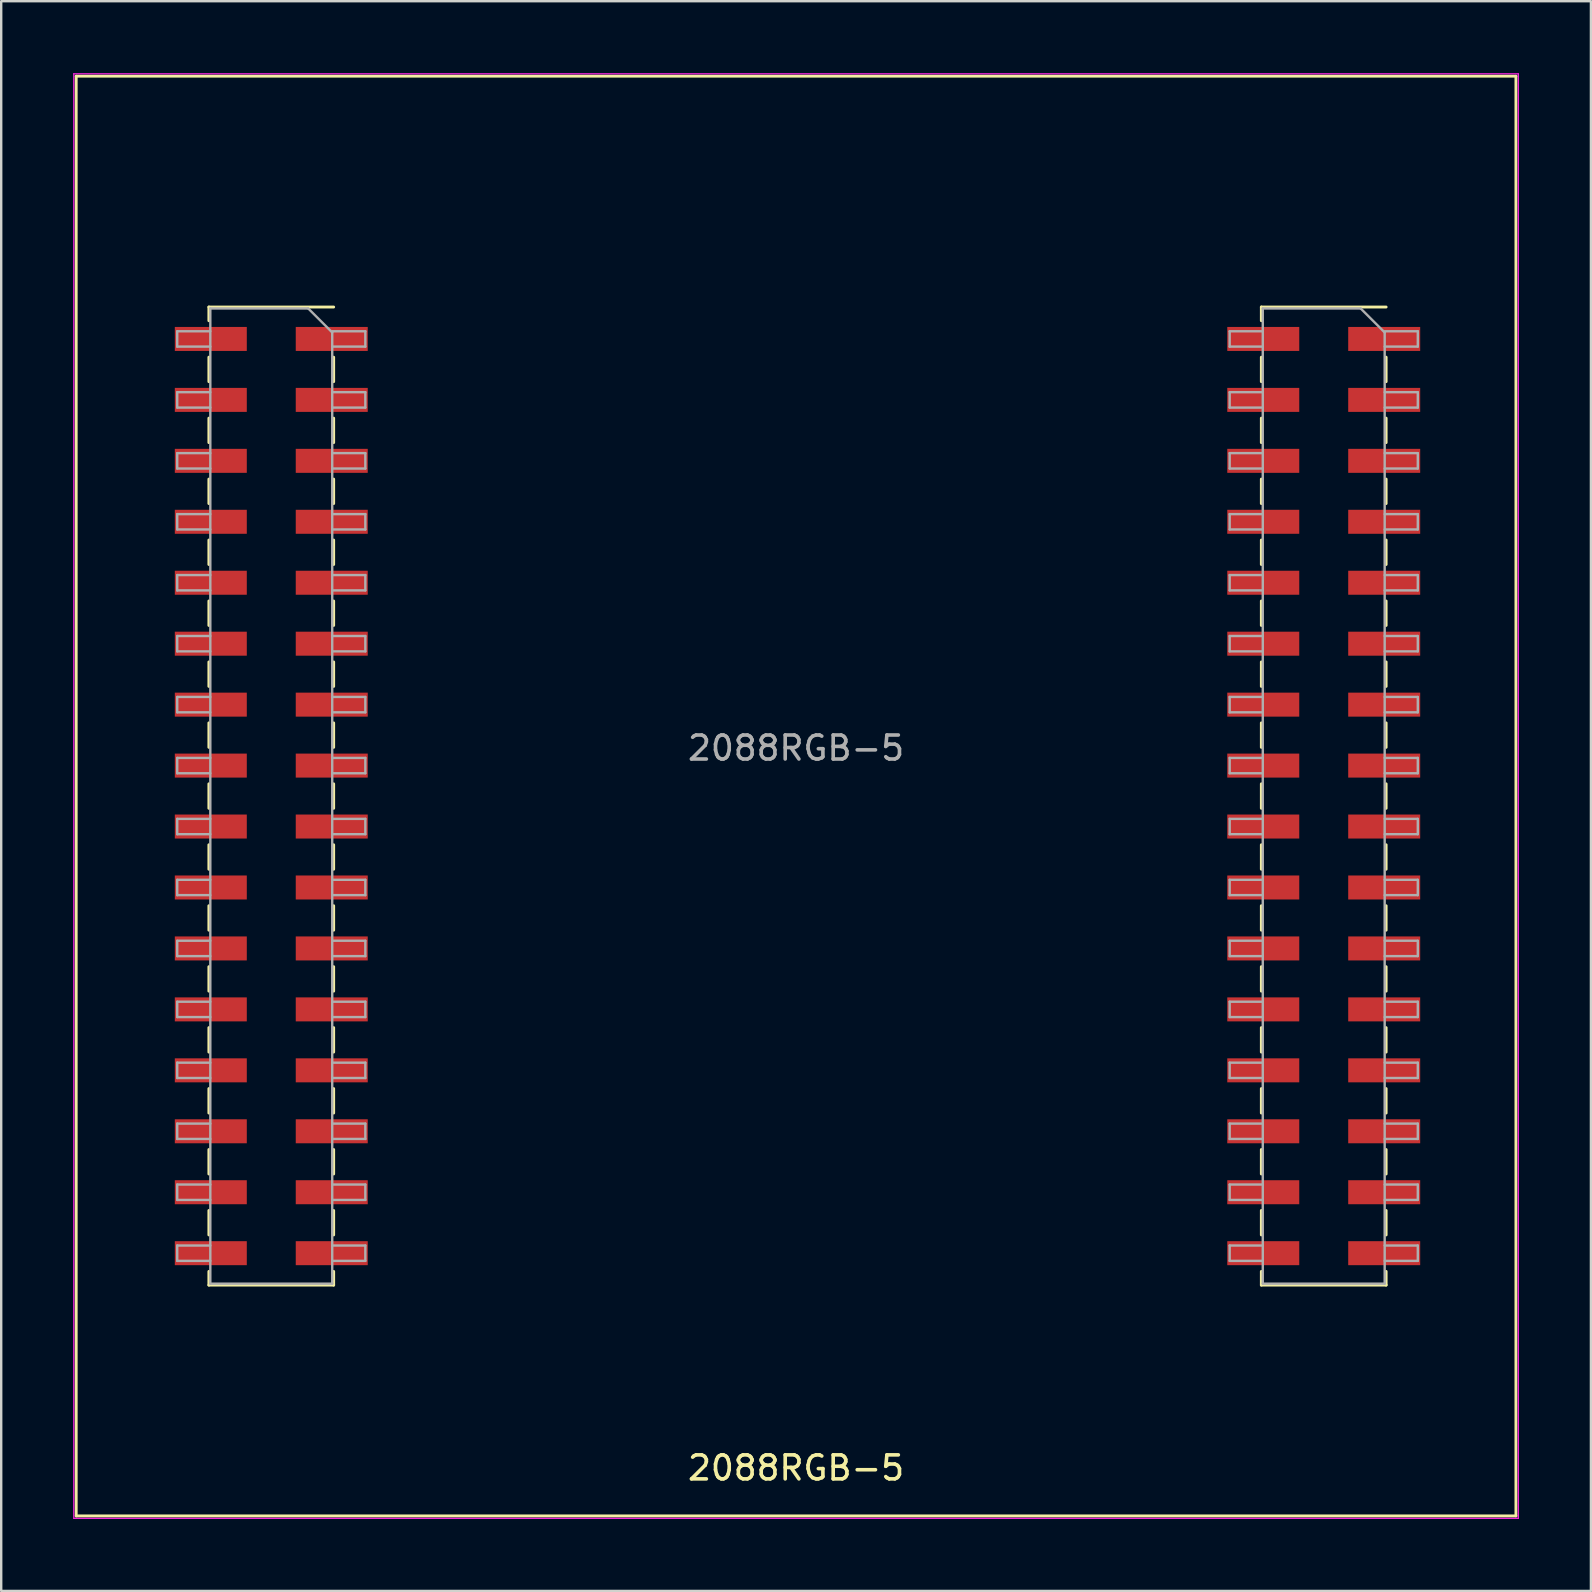
<source format=kicad_pcb>
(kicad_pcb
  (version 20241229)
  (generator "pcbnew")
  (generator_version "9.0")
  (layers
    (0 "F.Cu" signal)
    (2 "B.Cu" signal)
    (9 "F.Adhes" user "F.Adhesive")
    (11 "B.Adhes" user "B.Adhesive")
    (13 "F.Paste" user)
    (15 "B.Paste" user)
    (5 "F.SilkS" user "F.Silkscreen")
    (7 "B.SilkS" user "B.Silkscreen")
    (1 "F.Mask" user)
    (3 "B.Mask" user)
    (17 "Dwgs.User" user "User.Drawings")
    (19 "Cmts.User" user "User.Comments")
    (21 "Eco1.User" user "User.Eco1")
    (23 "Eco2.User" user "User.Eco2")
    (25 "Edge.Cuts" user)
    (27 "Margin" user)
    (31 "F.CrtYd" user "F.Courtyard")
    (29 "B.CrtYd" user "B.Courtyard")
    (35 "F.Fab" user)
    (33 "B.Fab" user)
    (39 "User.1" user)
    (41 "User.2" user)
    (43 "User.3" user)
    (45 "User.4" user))
  (footprint "2088RGB-5"
    (layer "F.Cu")
    (at 30.125 30.125)
    (property "Reference" "2088RGB-5" (at 0 28 0) (layer "F.SilkS") (effects (font (size 1 1) (thickness 0.15))))
    (attr through_hole)
    (fp_line (start -30 -30) (end -30 30) (stroke (width 0.12) (type solid)) (layer "F.SilkS"))
    (fp_line (start -30 30) (end 30 30) (stroke (width 0.12) (type solid)) (layer "F.SilkS"))
    (fp_line (start -24.47 -20.38) (end -24.47 -19.81) (stroke (width 0.12) (type solid)) (layer "F.SilkS"))
    (fp_line (start -24.47 -20.38) (end -19.27 -20.38) (stroke (width 0.12) (type solid)) (layer "F.SilkS"))
    (fp_line (start -24.47 -18.29) (end -24.47 -17.27) (stroke (width 0.12) (type solid)) (layer "F.SilkS"))
    (fp_line (start -24.47 -15.75) (end -24.47 -14.73) (stroke (width 0.12) (type solid)) (layer "F.SilkS"))
    (fp_line (start -24.47 -13.21) (end -24.47 -12.19) (stroke (width 0.12) (type solid)) (layer "F.SilkS"))
    (fp_line (start -24.47 -10.67) (end -24.47 -9.65) (stroke (width 0.12) (type solid)) (layer "F.SilkS"))
    (fp_line (start -24.47 -8.13) (end -24.47 -7.11) (stroke (width 0.12) (type solid)) (layer "F.SilkS"))
    (fp_line (start -24.47 -5.59) (end -24.47 -4.57) (stroke (width 0.12) (type solid)) (layer "F.SilkS"))
    (fp_line (start -24.47 -3.05) (end -24.47 -2.03) (stroke (width 0.12) (type solid)) (layer "F.SilkS"))
    (fp_line (start -24.47 -0.51) (end -24.47 0.51) (stroke (width 0.12) (type solid)) (layer "F.SilkS"))
    (fp_line (start -24.47 2.03) (end -24.47 3.05) (stroke (width 0.12) (type solid)) (layer "F.SilkS"))
    (fp_line (start -24.47 4.57) (end -24.47 5.59) (stroke (width 0.12) (type solid)) (layer "F.SilkS"))
    (fp_line (start -24.47 7.11) (end -24.47 8.13) (stroke (width 0.12) (type solid)) (layer "F.SilkS"))
    (fp_line (start -24.47 9.65) (end -24.47 10.67) (stroke (width 0.12) (type solid)) (layer "F.SilkS"))
    (fp_line (start -24.47 12.19) (end -24.47 13.21) (stroke (width 0.12) (type solid)) (layer "F.SilkS"))
    (fp_line (start -24.47 14.73) (end -24.47 15.75) (stroke (width 0.12) (type solid)) (layer "F.SilkS"))
    (fp_line (start -24.47 17.27) (end -24.47 18.29) (stroke (width 0.12) (type solid)) (layer "F.SilkS"))
    (fp_line (start -24.47 19.81) (end -24.47 20.38) (stroke (width 0.12) (type solid)) (layer "F.SilkS"))
    (fp_line (start -24.47 20.38) (end -19.27 20.38) (stroke (width 0.12) (type solid)) (layer "F.SilkS"))
    (fp_line (start -19.27 -18.29) (end -19.27 -17.27) (stroke (width 0.12) (type solid)) (layer "F.SilkS"))
    (fp_line (start -19.27 -15.75) (end -19.27 -14.73) (stroke (width 0.12) (type solid)) (layer "F.SilkS"))
    (fp_line (start -19.27 -13.21) (end -19.27 -12.19) (stroke (width 0.12) (type solid)) (layer "F.SilkS"))
    (fp_line (start -19.27 -10.67) (end -19.27 -9.65) (stroke (width 0.12) (type solid)) (layer "F.SilkS"))
    (fp_line (start -19.27 -8.13) (end -19.27 -7.11) (stroke (width 0.12) (type solid)) (layer "F.SilkS"))
    (fp_line (start -19.27 -5.59) (end -19.27 -4.57) (stroke (width 0.12) (type solid)) (layer "F.SilkS"))
    (fp_line (start -19.27 -3.05) (end -19.27 -2.03) (stroke (width 0.12) (type solid)) (layer "F.SilkS"))
    (fp_line (start -19.27 -0.51) (end -19.27 0.51) (stroke (width 0.12) (type solid)) (layer "F.SilkS"))
    (fp_line (start -19.27 2.03) (end -19.27 3.05) (stroke (width 0.12) (type solid)) (layer "F.SilkS"))
    (fp_line (start -19.27 4.57) (end -19.27 5.59) (stroke (width 0.12) (type solid)) (layer "F.SilkS"))
    (fp_line (start -19.27 7.11) (end -19.27 8.13) (stroke (width 0.12) (type solid)) (layer "F.SilkS"))
    (fp_line (start -19.27 9.65) (end -19.27 10.67) (stroke (width 0.12) (type solid)) (layer "F.SilkS"))
    (fp_line (start -19.27 12.19) (end -19.27 13.21) (stroke (width 0.12) (type solid)) (layer "F.SilkS"))
    (fp_line (start -19.27 14.73) (end -19.27 15.75) (stroke (width 0.12) (type solid)) (layer "F.SilkS"))
    (fp_line (start -19.27 17.27) (end -19.27 18.29) (stroke (width 0.12) (type solid)) (layer "F.SilkS"))
    (fp_line (start -19.27 19.81) (end -19.27 20.38) (stroke (width 0.12) (type solid)) (layer "F.SilkS"))
    (fp_line (start 19.39 -20.38) (end 19.39 -19.81) (stroke (width 0.12) (type solid)) (layer "F.SilkS"))
    (fp_line (start 19.39 -20.38) (end 24.59 -20.38) (stroke (width 0.12) (type solid)) (layer "F.SilkS"))
    (fp_line (start 19.39 -18.29) (end 19.39 -17.27) (stroke (width 0.12) (type solid)) (layer "F.SilkS"))
    (fp_line (start 19.39 -15.75) (end 19.39 -14.73) (stroke (width 0.12) (type solid)) (layer "F.SilkS"))
    (fp_line (start 19.39 -13.21) (end 19.39 -12.19) (stroke (width 0.12) (type solid)) (layer "F.SilkS"))
    (fp_line (start 19.39 -10.67) (end 19.39 -9.65) (stroke (width 0.12) (type solid)) (layer "F.SilkS"))
    (fp_line (start 19.39 -8.13) (end 19.39 -7.11) (stroke (width 0.12) (type solid)) (layer "F.SilkS"))
    (fp_line (start 19.39 -5.59) (end 19.39 -4.57) (stroke (width 0.12) (type solid)) (layer "F.SilkS"))
    (fp_line (start 19.39 -3.05) (end 19.39 -2.03) (stroke (width 0.12) (type solid)) (layer "F.SilkS"))
    (fp_line (start 19.39 -0.51) (end 19.39 0.51) (stroke (width 0.12) (type solid)) (layer "F.SilkS"))
    (fp_line (start 19.39 2.03) (end 19.39 3.05) (stroke (width 0.12) (type solid)) (layer "F.SilkS"))
    (fp_line (start 19.39 4.57) (end 19.39 5.59) (stroke (width 0.12) (type solid)) (layer "F.SilkS"))
    (fp_line (start 19.39 7.11) (end 19.39 8.13) (stroke (width 0.12) (type solid)) (layer "F.SilkS"))
    (fp_line (start 19.39 9.65) (end 19.39 10.67) (stroke (width 0.12) (type solid)) (layer "F.SilkS"))
    (fp_line (start 19.39 12.19) (end 19.39 13.21) (stroke (width 0.12) (type solid)) (layer "F.SilkS"))
    (fp_line (start 19.39 14.73) (end 19.39 15.75) (stroke (width 0.12) (type solid)) (layer "F.SilkS"))
    (fp_line (start 19.39 17.27) (end 19.39 18.29) (stroke (width 0.12) (type solid)) (layer "F.SilkS"))
    (fp_line (start 19.39 19.81) (end 19.39 20.38) (stroke (width 0.12) (type solid)) (layer "F.SilkS"))
    (fp_line (start 19.39 20.38) (end 24.59 20.38) (stroke (width 0.12) (type solid)) (layer "F.SilkS"))
    (fp_line (start 24.59 -18.29) (end 24.59 -17.27) (stroke (width 0.12) (type solid)) (layer "F.SilkS"))
    (fp_line (start 24.59 -15.75) (end 24.59 -14.73) (stroke (width 0.12) (type solid)) (layer "F.SilkS"))
    (fp_line (start 24.59 -13.21) (end 24.59 -12.19) (stroke (width 0.12) (type solid)) (layer "F.SilkS"))
    (fp_line (start 24.59 -10.67) (end 24.59 -9.65) (stroke (width 0.12) (type solid)) (layer "F.SilkS"))
    (fp_line (start 24.59 -8.13) (end 24.59 -7.11) (stroke (width 0.12) (type solid)) (layer "F.SilkS"))
    (fp_line (start 24.59 -5.59) (end 24.59 -4.57) (stroke (width 0.12) (type solid)) (layer "F.SilkS"))
    (fp_line (start 24.59 -3.05) (end 24.59 -2.03) (stroke (width 0.12) (type solid)) (layer "F.SilkS"))
    (fp_line (start 24.59 -0.51) (end 24.59 0.51) (stroke (width 0.12) (type solid)) (layer "F.SilkS"))
    (fp_line (start 24.59 2.03) (end 24.59 3.05) (stroke (width 0.12) (type solid)) (layer "F.SilkS"))
    (fp_line (start 24.59 4.57) (end 24.59 5.59) (stroke (width 0.12) (type solid)) (layer "F.SilkS"))
    (fp_line (start 24.59 7.11) (end 24.59 8.13) (stroke (width 0.12) (type solid)) (layer "F.SilkS"))
    (fp_line (start 24.59 9.65) (end 24.59 10.67) (stroke (width 0.12) (type solid)) (layer "F.SilkS"))
    (fp_line (start 24.59 12.19) (end 24.59 13.21) (stroke (width 0.12) (type solid)) (layer "F.SilkS"))
    (fp_line (start 24.59 14.73) (end 24.59 15.75) (stroke (width 0.12) (type solid)) (layer "F.SilkS"))
    (fp_line (start 24.59 17.27) (end 24.59 18.29) (stroke (width 0.12) (type solid)) (layer "F.SilkS"))
    (fp_line (start 24.59 19.81) (end 24.59 20.38) (stroke (width 0.12) (type solid)) (layer "F.SilkS"))
    (fp_line (start 30 -30) (end -30 -30) (stroke (width 0.12) (type solid)) (layer "F.SilkS"))
    (fp_line (start 30 30) (end 30 -30) (stroke (width 0.12) (type solid)) (layer "F.SilkS"))
    (fp_line (start -30.1 -30.1) (end -30.1 30.1) (stroke (width 0.05) (type solid)) (layer "F.CrtYd"))
    (fp_line (start -30.1 30.1) (end 30.1 30.1) (stroke (width 0.05) (type solid)) (layer "F.CrtYd"))
    (fp_line (start 30.1 -30.1) (end -30.1 -30.1) (stroke (width 0.05) (type solid)) (layer "F.CrtYd"))
    (fp_line (start 30.1 30.1) (end 30.1 -30.1) (stroke (width 0.05) (type solid)) (layer "F.CrtYd"))
    (fp_line (start -25.79 -19.37) (end -24.41 -19.37) (stroke (width 0.1) (type solid)) (layer "F.Fab"))
    (fp_line (start -25.79 -18.73) (end -25.79 -19.37) (stroke (width 0.1) (type solid)) (layer "F.Fab"))
    (fp_line (start -25.79 -16.83) (end -24.41 -16.83) (stroke (width 0.1) (type solid)) (layer "F.Fab"))
    (fp_line (start -25.79 -16.19) (end -25.79 -16.83) (stroke (width 0.1) (type solid)) (layer "F.Fab"))
    (fp_line (start -25.79 -14.29) (end -24.41 -14.29) (stroke (width 0.1) (type solid)) (layer "F.Fab"))
    (fp_line (start -25.79 -13.65) (end -25.79 -14.29) (stroke (width 0.1) (type solid)) (layer "F.Fab"))
    (fp_line (start -25.79 -11.75) (end -24.41 -11.75) (stroke (width 0.1) (type solid)) (layer "F.Fab"))
    (fp_line (start -25.79 -11.11) (end -25.79 -11.75) (stroke (width 0.1) (type solid)) (layer "F.Fab"))
    (fp_line (start -25.79 -9.21) (end -24.41 -9.21) (stroke (width 0.1) (type solid)) (layer "F.Fab"))
    (fp_line (start -25.79 -8.57) (end -25.79 -9.21) (stroke (width 0.1) (type solid)) (layer "F.Fab"))
    (fp_line (start -25.79 -6.67) (end -24.41 -6.67) (stroke (width 0.1) (type solid)) (layer "F.Fab"))
    (fp_line (start -25.79 -6.03) (end -25.79 -6.67) (stroke (width 0.1) (type solid)) (layer "F.Fab"))
    (fp_line (start -25.79 -4.13) (end -24.41 -4.13) (stroke (width 0.1) (type solid)) (layer "F.Fab"))
    (fp_line (start -25.79 -3.49) (end -25.79 -4.13) (stroke (width 0.1) (type solid)) (layer "F.Fab"))
    (fp_line (start -25.79 -1.59) (end -24.41 -1.59) (stroke (width 0.1) (type solid)) (layer "F.Fab"))
    (fp_line (start -25.79 -0.95) (end -25.79 -1.59) (stroke (width 0.1) (type solid)) (layer "F.Fab"))
    (fp_line (start -25.79 0.95) (end -24.41 0.95) (stroke (width 0.1) (type solid)) (layer "F.Fab"))
    (fp_line (start -25.79 1.59) (end -25.79 0.95) (stroke (width 0.1) (type solid)) (layer "F.Fab"))
    (fp_line (start -25.79 3.49) (end -24.41 3.49) (stroke (width 0.1) (type solid)) (layer "F.Fab"))
    (fp_line (start -25.79 4.13) (end -25.79 3.49) (stroke (width 0.1) (type solid)) (layer "F.Fab"))
    (fp_line (start -25.79 6.03) (end -24.41 6.03) (stroke (width 0.1) (type solid)) (layer "F.Fab"))
    (fp_line (start -25.79 6.67) (end -25.79 6.03) (stroke (width 0.1) (type solid)) (layer "F.Fab"))
    (fp_line (start -25.79 8.57) (end -24.41 8.57) (stroke (width 0.1) (type solid)) (layer "F.Fab"))
    (fp_line (start -25.79 9.21) (end -25.79 8.57) (stroke (width 0.1) (type solid)) (layer "F.Fab"))
    (fp_line (start -25.79 11.11) (end -24.41 11.11) (stroke (width 0.1) (type solid)) (layer "F.Fab"))
    (fp_line (start -25.79 11.75) (end -25.79 11.11) (stroke (width 0.1) (type solid)) (layer "F.Fab"))
    (fp_line (start -25.79 13.65) (end -24.41 13.65) (stroke (width 0.1) (type solid)) (layer "F.Fab"))
    (fp_line (start -25.79 14.29) (end -25.79 13.65) (stroke (width 0.1) (type solid)) (layer "F.Fab"))
    (fp_line (start -25.79 16.19) (end -24.41 16.19) (stroke (width 0.1) (type solid)) (layer "F.Fab"))
    (fp_line (start -25.79 16.83) (end -25.79 16.19) (stroke (width 0.1) (type solid)) (layer "F.Fab"))
    (fp_line (start -25.79 18.73) (end -24.41 18.73) (stroke (width 0.1) (type solid)) (layer "F.Fab"))
    (fp_line (start -25.79 19.37) (end -25.79 18.73) (stroke (width 0.1) (type solid)) (layer "F.Fab"))
    (fp_line (start -24.41 -20.32) (end -20.33 -20.32) (stroke (width 0.1) (type solid)) (layer "F.Fab"))
    (fp_line (start -24.41 -18.73) (end -25.79 -18.73) (stroke (width 0.1) (type solid)) (layer "F.Fab"))
    (fp_line (start -24.41 -16.19) (end -25.79 -16.19) (stroke (width 0.1) (type solid)) (layer "F.Fab"))
    (fp_line (start -24.41 -13.65) (end -25.79 -13.65) (stroke (width 0.1) (type solid)) (layer "F.Fab"))
    (fp_line (start -24.41 -11.11) (end -25.79 -11.11) (stroke (width 0.1) (type solid)) (layer "F.Fab"))
    (fp_line (start -24.41 -8.57) (end -25.79 -8.57) (stroke (width 0.1) (type solid)) (layer "F.Fab"))
    (fp_line (start -24.41 -6.03) (end -25.79 -6.03) (stroke (width 0.1) (type solid)) (layer "F.Fab"))
    (fp_line (start -24.41 -3.49) (end -25.79 -3.49) (stroke (width 0.1) (type solid)) (layer "F.Fab"))
    (fp_line (start -24.41 -0.95) (end -25.79 -0.95) (stroke (width 0.1) (type solid)) (layer "F.Fab"))
    (fp_line (start -24.41 1.59) (end -25.79 1.59) (stroke (width 0.1) (type solid)) (layer "F.Fab"))
    (fp_line (start -24.41 4.13) (end -25.79 4.13) (stroke (width 0.1) (type solid)) (layer "F.Fab"))
    (fp_line (start -24.41 6.67) (end -25.79 6.67) (stroke (width 0.1) (type solid)) (layer "F.Fab"))
    (fp_line (start -24.41 9.21) (end -25.79 9.21) (stroke (width 0.1) (type solid)) (layer "F.Fab"))
    (fp_line (start -24.41 11.75) (end -25.79 11.75) (stroke (width 0.1) (type solid)) (layer "F.Fab"))
    (fp_line (start -24.41 14.29) (end -25.79 14.29) (stroke (width 0.1) (type solid)) (layer "F.Fab"))
    (fp_line (start -24.41 16.83) (end -25.79 16.83) (stroke (width 0.1) (type solid)) (layer "F.Fab"))
    (fp_line (start -24.41 19.37) (end -25.79 19.37) (stroke (width 0.1) (type solid)) (layer "F.Fab"))
    (fp_line (start -24.41 20.32) (end -24.41 -20.32) (stroke (width 0.1) (type solid)) (layer "F.Fab"))
    (fp_line (start -20.33 -20.32) (end -19.33 -19.32) (stroke (width 0.1) (type solid)) (layer "F.Fab"))
    (fp_line (start -19.33 -19.37) (end -17.95 -19.37) (stroke (width 0.1) (type solid)) (layer "F.Fab"))
    (fp_line (start -19.33 -19.32) (end -19.33 20.32) (stroke (width 0.1) (type solid)) (layer "F.Fab"))
    (fp_line (start -19.33 -16.83) (end -17.95 -16.83) (stroke (width 0.1) (type solid)) (layer "F.Fab"))
    (fp_line (start -19.33 -14.29) (end -17.95 -14.29) (stroke (width 0.1) (type solid)) (layer "F.Fab"))
    (fp_line (start -19.33 -11.75) (end -17.95 -11.75) (stroke (width 0.1) (type solid)) (layer "F.Fab"))
    (fp_line (start -19.33 -9.21) (end -17.95 -9.21) (stroke (width 0.1) (type solid)) (layer "F.Fab"))
    (fp_line (start -19.33 -6.67) (end -17.95 -6.67) (stroke (width 0.1) (type solid)) (layer "F.Fab"))
    (fp_line (start -19.33 -4.13) (end -17.95 -4.13) (stroke (width 0.1) (type solid)) (layer "F.Fab"))
    (fp_line (start -19.33 -1.59) (end -17.95 -1.59) (stroke (width 0.1) (type solid)) (layer "F.Fab"))
    (fp_line (start -19.33 0.95) (end -17.95 0.95) (stroke (width 0.1) (type solid)) (layer "F.Fab"))
    (fp_line (start -19.33 3.49) (end -17.95 3.49) (stroke (width 0.1) (type solid)) (layer "F.Fab"))
    (fp_line (start -19.33 6.03) (end -17.95 6.03) (stroke (width 0.1) (type solid)) (layer "F.Fab"))
    (fp_line (start -19.33 8.57) (end -17.95 8.57) (stroke (width 0.1) (type solid)) (layer "F.Fab"))
    (fp_line (start -19.33 11.11) (end -17.95 11.11) (stroke (width 0.1) (type solid)) (layer "F.Fab"))
    (fp_line (start -19.33 13.65) (end -17.95 13.65) (stroke (width 0.1) (type solid)) (layer "F.Fab"))
    (fp_line (start -19.33 16.19) (end -17.95 16.19) (stroke (width 0.1) (type solid)) (layer "F.Fab"))
    (fp_line (start -19.33 18.73) (end -17.95 18.73) (stroke (width 0.1) (type solid)) (layer "F.Fab"))
    (fp_line (start -19.33 20.32) (end -24.41 20.32) (stroke (width 0.1) (type solid)) (layer "F.Fab"))
    (fp_line (start -17.95 -19.37) (end -17.95 -18.73) (stroke (width 0.1) (type solid)) (layer "F.Fab"))
    (fp_line (start -17.95 -18.73) (end -19.33 -18.73) (stroke (width 0.1) (type solid)) (layer "F.Fab"))
    (fp_line (start -17.95 -16.83) (end -17.95 -16.19) (stroke (width 0.1) (type solid)) (layer "F.Fab"))
    (fp_line (start -17.95 -16.19) (end -19.33 -16.19) (stroke (width 0.1) (type solid)) (layer "F.Fab"))
    (fp_line (start -17.95 -14.29) (end -17.95 -13.65) (stroke (width 0.1) (type solid)) (layer "F.Fab"))
    (fp_line (start -17.95 -13.65) (end -19.33 -13.65) (stroke (width 0.1) (type solid)) (layer "F.Fab"))
    (fp_line (start -17.95 -11.75) (end -17.95 -11.11) (stroke (width 0.1) (type solid)) (layer "F.Fab"))
    (fp_line (start -17.95 -11.11) (end -19.33 -11.11) (stroke (width 0.1) (type solid)) (layer "F.Fab"))
    (fp_line (start -17.95 -9.21) (end -17.95 -8.57) (stroke (width 0.1) (type solid)) (layer "F.Fab"))
    (fp_line (start -17.95 -8.57) (end -19.33 -8.57) (stroke (width 0.1) (type solid)) (layer "F.Fab"))
    (fp_line (start -17.95 -6.67) (end -17.95 -6.03) (stroke (width 0.1) (type solid)) (layer "F.Fab"))
    (fp_line (start -17.95 -6.03) (end -19.33 -6.03) (stroke (width 0.1) (type solid)) (layer "F.Fab"))
    (fp_line (start -17.95 -4.13) (end -17.95 -3.49) (stroke (width 0.1) (type solid)) (layer "F.Fab"))
    (fp_line (start -17.95 -3.49) (end -19.33 -3.49) (stroke (width 0.1) (type solid)) (layer "F.Fab"))
    (fp_line (start -17.95 -1.59) (end -17.95 -0.95) (stroke (width 0.1) (type solid)) (layer "F.Fab"))
    (fp_line (start -17.95 -0.95) (end -19.33 -0.95) (stroke (width 0.1) (type solid)) (layer "F.Fab"))
    (fp_line (start -17.95 0.95) (end -17.95 1.59) (stroke (width 0.1) (type solid)) (layer "F.Fab"))
    (fp_line (start -17.95 1.59) (end -19.33 1.59) (stroke (width 0.1) (type solid)) (layer "F.Fab"))
    (fp_line (start -17.95 3.49) (end -17.95 4.13) (stroke (width 0.1) (type solid)) (layer "F.Fab"))
    (fp_line (start -17.95 4.13) (end -19.33 4.13) (stroke (width 0.1) (type solid)) (layer "F.Fab"))
    (fp_line (start -17.95 6.03) (end -17.95 6.67) (stroke (width 0.1) (type solid)) (layer "F.Fab"))
    (fp_line (start -17.95 6.67) (end -19.33 6.67) (stroke (width 0.1) (type solid)) (layer "F.Fab"))
    (fp_line (start -17.95 8.57) (end -17.95 9.21) (stroke (width 0.1) (type solid)) (layer "F.Fab"))
    (fp_line (start -17.95 9.21) (end -19.33 9.21) (stroke (width 0.1) (type solid)) (layer "F.Fab"))
    (fp_line (start -17.95 11.11) (end -17.95 11.75) (stroke (width 0.1) (type solid)) (layer "F.Fab"))
    (fp_line (start -17.95 11.75) (end -19.33 11.75) (stroke (width 0.1) (type solid)) (layer "F.Fab"))
    (fp_line (start -17.95 13.65) (end -17.95 14.29) (stroke (width 0.1) (type solid)) (layer "F.Fab"))
    (fp_line (start -17.95 14.29) (end -19.33 14.29) (stroke (width 0.1) (type solid)) (layer "F.Fab"))
    (fp_line (start -17.95 16.19) (end -17.95 16.83) (stroke (width 0.1) (type solid)) (layer "F.Fab"))
    (fp_line (start -17.95 16.83) (end -19.33 16.83) (stroke (width 0.1) (type solid)) (layer "F.Fab"))
    (fp_line (start -17.95 18.73) (end -17.95 19.37) (stroke (width 0.1) (type solid)) (layer "F.Fab"))
    (fp_line (start -17.95 19.37) (end -19.33 19.37) (stroke (width 0.1) (type solid)) (layer "F.Fab"))
    (fp_line (start 18.07 -19.37) (end 19.45 -19.37) (stroke (width 0.1) (type solid)) (layer "F.Fab"))
    (fp_line (start 18.07 -18.73) (end 18.07 -19.37) (stroke (width 0.1) (type solid)) (layer "F.Fab"))
    (fp_line (start 18.07 -16.83) (end 19.45 -16.83) (stroke (width 0.1) (type solid)) (layer "F.Fab"))
    (fp_line (start 18.07 -16.19) (end 18.07 -16.83) (stroke (width 0.1) (type solid)) (layer "F.Fab"))
    (fp_line (start 18.07 -14.29) (end 19.45 -14.29) (stroke (width 0.1) (type solid)) (layer "F.Fab"))
    (fp_line (start 18.07 -13.65) (end 18.07 -14.29) (stroke (width 0.1) (type solid)) (layer "F.Fab"))
    (fp_line (start 18.07 -11.75) (end 19.45 -11.75) (stroke (width 0.1) (type solid)) (layer "F.Fab"))
    (fp_line (start 18.07 -11.11) (end 18.07 -11.75) (stroke (width 0.1) (type solid)) (layer "F.Fab"))
    (fp_line (start 18.07 -9.21) (end 19.45 -9.21) (stroke (width 0.1) (type solid)) (layer "F.Fab"))
    (fp_line (start 18.07 -8.57) (end 18.07 -9.21) (stroke (width 0.1) (type solid)) (layer "F.Fab"))
    (fp_line (start 18.07 -6.67) (end 19.45 -6.67) (stroke (width 0.1) (type solid)) (layer "F.Fab"))
    (fp_line (start 18.07 -6.03) (end 18.07 -6.67) (stroke (width 0.1) (type solid)) (layer "F.Fab"))
    (fp_line (start 18.07 -4.13) (end 19.45 -4.13) (stroke (width 0.1) (type solid)) (layer "F.Fab"))
    (fp_line (start 18.07 -3.49) (end 18.07 -4.13) (stroke (width 0.1) (type solid)) (layer "F.Fab"))
    (fp_line (start 18.07 -1.59) (end 19.45 -1.59) (stroke (width 0.1) (type solid)) (layer "F.Fab"))
    (fp_line (start 18.07 -0.95) (end 18.07 -1.59) (stroke (width 0.1) (type solid)) (layer "F.Fab"))
    (fp_line (start 18.07 0.95) (end 19.45 0.95) (stroke (width 0.1) (type solid)) (layer "F.Fab"))
    (fp_line (start 18.07 1.59) (end 18.07 0.95) (stroke (width 0.1) (type solid)) (layer "F.Fab"))
    (fp_line (start 18.07 3.49) (end 19.45 3.49) (stroke (width 0.1) (type solid)) (layer "F.Fab"))
    (fp_line (start 18.07 4.13) (end 18.07 3.49) (stroke (width 0.1) (type solid)) (layer "F.Fab"))
    (fp_line (start 18.07 6.03) (end 19.45 6.03) (stroke (width 0.1) (type solid)) (layer "F.Fab"))
    (fp_line (start 18.07 6.67) (end 18.07 6.03) (stroke (width 0.1) (type solid)) (layer "F.Fab"))
    (fp_line (start 18.07 8.57) (end 19.45 8.57) (stroke (width 0.1) (type solid)) (layer "F.Fab"))
    (fp_line (start 18.07 9.21) (end 18.07 8.57) (stroke (width 0.1) (type solid)) (layer "F.Fab"))
    (fp_line (start 18.07 11.11) (end 19.45 11.11) (stroke (width 0.1) (type solid)) (layer "F.Fab"))
    (fp_line (start 18.07 11.75) (end 18.07 11.11) (stroke (width 0.1) (type solid)) (layer "F.Fab"))
    (fp_line (start 18.07 13.65) (end 19.45 13.65) (stroke (width 0.1) (type solid)) (layer "F.Fab"))
    (fp_line (start 18.07 14.29) (end 18.07 13.65) (stroke (width 0.1) (type solid)) (layer "F.Fab"))
    (fp_line (start 18.07 16.19) (end 19.45 16.19) (stroke (width 0.1) (type solid)) (layer "F.Fab"))
    (fp_line (start 18.07 16.83) (end 18.07 16.19) (stroke (width 0.1) (type solid)) (layer "F.Fab"))
    (fp_line (start 18.07 18.73) (end 19.45 18.73) (stroke (width 0.1) (type solid)) (layer "F.Fab"))
    (fp_line (start 18.07 19.37) (end 18.07 18.73) (stroke (width 0.1) (type solid)) (layer "F.Fab"))
    (fp_line (start 19.45 -20.32) (end 23.53 -20.32) (stroke (width 0.1) (type solid)) (layer "F.Fab"))
    (fp_line (start 19.45 -18.73) (end 18.07 -18.73) (stroke (width 0.1) (type solid)) (layer "F.Fab"))
    (fp_line (start 19.45 -16.19) (end 18.07 -16.19) (stroke (width 0.1) (type solid)) (layer "F.Fab"))
    (fp_line (start 19.45 -13.65) (end 18.07 -13.65) (stroke (width 0.1) (type solid)) (layer "F.Fab"))
    (fp_line (start 19.45 -11.11) (end 18.07 -11.11) (stroke (width 0.1) (type solid)) (layer "F.Fab"))
    (fp_line (start 19.45 -8.57) (end 18.07 -8.57) (stroke (width 0.1) (type solid)) (layer "F.Fab"))
    (fp_line (start 19.45 -6.03) (end 18.07 -6.03) (stroke (width 0.1) (type solid)) (layer "F.Fab"))
    (fp_line (start 19.45 -3.49) (end 18.07 -3.49) (stroke (width 0.1) (type solid)) (layer "F.Fab"))
    (fp_line (start 19.45 -0.95) (end 18.07 -0.95) (stroke (width 0.1) (type solid)) (layer "F.Fab"))
    (fp_line (start 19.45 1.59) (end 18.07 1.59) (stroke (width 0.1) (type solid)) (layer "F.Fab"))
    (fp_line (start 19.45 4.13) (end 18.07 4.13) (stroke (width 0.1) (type solid)) (layer "F.Fab"))
    (fp_line (start 19.45 6.67) (end 18.07 6.67) (stroke (width 0.1) (type solid)) (layer "F.Fab"))
    (fp_line (start 19.45 9.21) (end 18.07 9.21) (stroke (width 0.1) (type solid)) (layer "F.Fab"))
    (fp_line (start 19.45 11.75) (end 18.07 11.75) (stroke (width 0.1) (type solid)) (layer "F.Fab"))
    (fp_line (start 19.45 14.29) (end 18.07 14.29) (stroke (width 0.1) (type solid)) (layer "F.Fab"))
    (fp_line (start 19.45 16.83) (end 18.07 16.83) (stroke (width 0.1) (type solid)) (layer "F.Fab"))
    (fp_line (start 19.45 19.37) (end 18.07 19.37) (stroke (width 0.1) (type solid)) (layer "F.Fab"))
    (fp_line (start 19.45 20.32) (end 19.45 -20.32) (stroke (width 0.1) (type solid)) (layer "F.Fab"))
    (fp_line (start 23.53 -20.32) (end 24.53 -19.32) (stroke (width 0.1) (type solid)) (layer "F.Fab"))
    (fp_line (start 24.53 -19.37) (end 25.91 -19.37) (stroke (width 0.1) (type solid)) (layer "F.Fab"))
    (fp_line (start 24.53 -19.32) (end 24.53 20.32) (stroke (width 0.1) (type solid)) (layer "F.Fab"))
    (fp_line (start 24.53 -16.83) (end 25.91 -16.83) (stroke (width 0.1) (type solid)) (layer "F.Fab"))
    (fp_line (start 24.53 -14.29) (end 25.91 -14.29) (stroke (width 0.1) (type solid)) (layer "F.Fab"))
    (fp_line (start 24.53 -11.75) (end 25.91 -11.75) (stroke (width 0.1) (type solid)) (layer "F.Fab"))
    (fp_line (start 24.53 -9.21) (end 25.91 -9.21) (stroke (width 0.1) (type solid)) (layer "F.Fab"))
    (fp_line (start 24.53 -6.67) (end 25.91 -6.67) (stroke (width 0.1) (type solid)) (layer "F.Fab"))
    (fp_line (start 24.53 -4.13) (end 25.91 -4.13) (stroke (width 0.1) (type solid)) (layer "F.Fab"))
    (fp_line (start 24.53 -1.59) (end 25.91 -1.59) (stroke (width 0.1) (type solid)) (layer "F.Fab"))
    (fp_line (start 24.53 0.95) (end 25.91 0.95) (stroke (width 0.1) (type solid)) (layer "F.Fab"))
    (fp_line (start 24.53 3.49) (end 25.91 3.49) (stroke (width 0.1) (type solid)) (layer "F.Fab"))
    (fp_line (start 24.53 6.03) (end 25.91 6.03) (stroke (width 0.1) (type solid)) (layer "F.Fab"))
    (fp_line (start 24.53 8.57) (end 25.91 8.57) (stroke (width 0.1) (type solid)) (layer "F.Fab"))
    (fp_line (start 24.53 11.11) (end 25.91 11.11) (stroke (width 0.1) (type solid)) (layer "F.Fab"))
    (fp_line (start 24.53 13.65) (end 25.91 13.65) (stroke (width 0.1) (type solid)) (layer "F.Fab"))
    (fp_line (start 24.53 16.19) (end 25.91 16.19) (stroke (width 0.1) (type solid)) (layer "F.Fab"))
    (fp_line (start 24.53 18.73) (end 25.91 18.73) (stroke (width 0.1) (type solid)) (layer "F.Fab"))
    (fp_line (start 24.53 20.32) (end 19.45 20.32) (stroke (width 0.1) (type solid)) (layer "F.Fab"))
    (fp_line (start 25.91 -19.37) (end 25.91 -18.73) (stroke (width 0.1) (type solid)) (layer "F.Fab"))
    (fp_line (start 25.91 -18.73) (end 24.53 -18.73) (stroke (width 0.1) (type solid)) (layer "F.Fab"))
    (fp_line (start 25.91 -16.83) (end 25.91 -16.19) (stroke (width 0.1) (type solid)) (layer "F.Fab"))
    (fp_line (start 25.91 -16.19) (end 24.53 -16.19) (stroke (width 0.1) (type solid)) (layer "F.Fab"))
    (fp_line (start 25.91 -14.29) (end 25.91 -13.65) (stroke (width 0.1) (type solid)) (layer "F.Fab"))
    (fp_line (start 25.91 -13.65) (end 24.53 -13.65) (stroke (width 0.1) (type solid)) (layer "F.Fab"))
    (fp_line (start 25.91 -11.75) (end 25.91 -11.11) (stroke (width 0.1) (type solid)) (layer "F.Fab"))
    (fp_line (start 25.91 -11.11) (end 24.53 -11.11) (stroke (width 0.1) (type solid)) (layer "F.Fab"))
    (fp_line (start 25.91 -9.21) (end 25.91 -8.57) (stroke (width 0.1) (type solid)) (layer "F.Fab"))
    (fp_line (start 25.91 -8.57) (end 24.53 -8.57) (stroke (width 0.1) (type solid)) (layer "F.Fab"))
    (fp_line (start 25.91 -6.67) (end 25.91 -6.03) (stroke (width 0.1) (type solid)) (layer "F.Fab"))
    (fp_line (start 25.91 -6.03) (end 24.53 -6.03) (stroke (width 0.1) (type solid)) (layer "F.Fab"))
    (fp_line (start 25.91 -4.13) (end 25.91 -3.49) (stroke (width 0.1) (type solid)) (layer "F.Fab"))
    (fp_line (start 25.91 -3.49) (end 24.53 -3.49) (stroke (width 0.1) (type solid)) (layer "F.Fab"))
    (fp_line (start 25.91 -1.59) (end 25.91 -0.95) (stroke (width 0.1) (type solid)) (layer "F.Fab"))
    (fp_line (start 25.91 -0.95) (end 24.53 -0.95) (stroke (width 0.1) (type solid)) (layer "F.Fab"))
    (fp_line (start 25.91 0.95) (end 25.91 1.59) (stroke (width 0.1) (type solid)) (layer "F.Fab"))
    (fp_line (start 25.91 1.59) (end 24.53 1.59) (stroke (width 0.1) (type solid)) (layer "F.Fab"))
    (fp_line (start 25.91 3.49) (end 25.91 4.13) (stroke (width 0.1) (type solid)) (layer "F.Fab"))
    (fp_line (start 25.91 4.13) (end 24.53 4.13) (stroke (width 0.1) (type solid)) (layer "F.Fab"))
    (fp_line (start 25.91 6.03) (end 25.91 6.67) (stroke (width 0.1) (type solid)) (layer "F.Fab"))
    (fp_line (start 25.91 6.67) (end 24.53 6.67) (stroke (width 0.1) (type solid)) (layer "F.Fab"))
    (fp_line (start 25.91 8.57) (end 25.91 9.21) (stroke (width 0.1) (type solid)) (layer "F.Fab"))
    (fp_line (start 25.91 9.21) (end 24.53 9.21) (stroke (width 0.1) (type solid)) (layer "F.Fab"))
    (fp_line (start 25.91 11.11) (end 25.91 11.75) (stroke (width 0.1) (type solid)) (layer "F.Fab"))
    (fp_line (start 25.91 11.75) (end 24.53 11.75) (stroke (width 0.1) (type solid)) (layer "F.Fab"))
    (fp_line (start 25.91 13.65) (end 25.91 14.29) (stroke (width 0.1) (type solid)) (layer "F.Fab"))
    (fp_line (start 25.91 14.29) (end 24.53 14.29) (stroke (width 0.1) (type solid)) (layer "F.Fab"))
    (fp_line (start 25.91 16.19) (end 25.91 16.83) (stroke (width 0.1) (type solid)) (layer "F.Fab"))
    (fp_line (start 25.91 16.83) (end 24.53 16.83) (stroke (width 0.1) (type solid)) (layer "F.Fab"))
    (fp_line (start 25.91 18.73) (end 25.91 19.37) (stroke (width 0.1) (type solid)) (layer "F.Fab"))
    (fp_line (start 25.91 19.37) (end 24.53 19.37) (stroke (width 0.1) (type solid)) (layer "F.Fab"))
    (fp_text user "${REFERENCE}" (at 0 -2 0) (layer "F.Fab") (effects (font (size 1 1) (thickness 0.15))))
    (pad "1" smd rect (at -24.39 -19.05) (size 3 1) (layers "F.Cu" "F.Mask" "F.Paste"))
    (pad "1" smd rect (at -19.35 -19.05) (size 3 1) (layers "F.Cu" "F.Mask" "F.Paste"))
    (pad "2" smd rect (at -24.39 -16.51) (size 3 1) (layers "F.Cu" "F.Mask" "F.Paste"))
    (pad "2" smd rect (at -19.35 -16.51) (size 3 1) (layers "F.Cu" "F.Mask" "F.Paste"))
    (pad "3" smd rect (at -24.39 -13.97) (size 3 1) (layers "F.Cu" "F.Mask" "F.Paste"))
    (pad "3" smd rect (at -19.35 -13.97) (size 3 1) (layers "F.Cu" "F.Mask" "F.Paste"))
    (pad "4" smd rect (at -24.39 -11.43) (size 3 1) (layers "F.Cu" "F.Mask" "F.Paste"))
    (pad "4" smd rect (at -19.35 -11.43) (size 3 1) (layers "F.Cu" "F.Mask" "F.Paste"))
    (pad "5" smd rect (at -24.39 -8.89) (size 3 1) (layers "F.Cu" "F.Mask" "F.Paste"))
    (pad "5" smd rect (at -19.35 -8.89) (size 3 1) (layers "F.Cu" "F.Mask" "F.Paste"))
    (pad "6" smd rect (at -24.39 -6.35) (size 3 1) (layers "F.Cu" "F.Mask" "F.Paste"))
    (pad "6" smd rect (at -19.35 -6.35) (size 3 1) (layers "F.Cu" "F.Mask" "F.Paste"))
    (pad "7" smd rect (at -24.39 -3.81) (size 3 1) (layers "F.Cu" "F.Mask" "F.Paste"))
    (pad "7" smd rect (at -19.35 -3.81) (size 3 1) (layers "F.Cu" "F.Mask" "F.Paste"))
    (pad "8" smd rect (at -24.39 -1.27) (size 3 1) (layers "F.Cu" "F.Mask" "F.Paste"))
    (pad "8" smd rect (at -19.35 -1.27) (size 3 1) (layers "F.Cu" "F.Mask" "F.Paste"))
    (pad "9" smd rect (at -24.39 1.27) (size 3 1) (layers "F.Cu" "F.Mask" "F.Paste"))
    (pad "9" smd rect (at -19.35 1.27) (size 3 1) (layers "F.Cu" "F.Mask" "F.Paste"))
    (pad "10" smd rect (at -24.39 3.81) (size 3 1) (layers "F.Cu" "F.Mask" "F.Paste"))
    (pad "10" smd rect (at -19.35 3.81) (size 3 1) (layers "F.Cu" "F.Mask" "F.Paste"))
    (pad "11" smd rect (at -24.39 6.35) (size 3 1) (layers "F.Cu" "F.Mask" "F.Paste"))
    (pad "11" smd rect (at -19.35 6.35) (size 3 1) (layers "F.Cu" "F.Mask" "F.Paste"))
    (pad "12" smd rect (at -24.39 8.89) (size 3 1) (layers "F.Cu" "F.Mask" "F.Paste"))
    (pad "12" smd rect (at -19.35 8.89) (size 3 1) (layers "F.Cu" "F.Mask" "F.Paste"))
    (pad "13" smd rect (at -24.39 11.43) (size 3 1) (layers "F.Cu" "F.Mask" "F.Paste"))
    (pad "13" smd rect (at -19.35 11.43) (size 3 1) (layers "F.Cu" "F.Mask" "F.Paste"))
    (pad "14" smd rect (at -24.39 13.97) (size 3 1) (layers "F.Cu" "F.Mask" "F.Paste"))
    (pad "14" smd rect (at -19.35 13.97) (size 3 1) (layers "F.Cu" "F.Mask" "F.Paste"))
    (pad "15" smd rect (at -24.39 16.51) (size 3 1) (layers "F.Cu" "F.Mask" "F.Paste"))
    (pad "15" smd rect (at -19.35 16.51) (size 3 1) (layers "F.Cu" "F.Mask" "F.Paste"))
    (pad "16" smd rect (at -24.39 19.05) (size 3 1) (layers "F.Cu" "F.Mask" "F.Paste"))
    (pad "16" smd rect (at -19.35 19.05) (size 3 1) (layers "F.Cu" "F.Mask" "F.Paste"))
    (pad "17" smd rect (at 19.47 19.05) (size 3 1) (layers "F.Cu" "F.Mask" "F.Paste"))
    (pad "17" smd rect (at 24.51 19.05) (size 3 1) (layers "F.Cu" "F.Mask" "F.Paste"))
    (pad "18" smd rect (at 19.47 16.51) (size 3 1) (layers "F.Cu" "F.Mask" "F.Paste"))
    (pad "18" smd rect (at 24.51 16.51) (size 3 1) (layers "F.Cu" "F.Mask" "F.Paste"))
    (pad "19" smd rect (at 19.47 13.97) (size 3 1) (layers "F.Cu" "F.Mask" "F.Paste"))
    (pad "19" smd rect (at 24.51 13.97) (size 3 1) (layers "F.Cu" "F.Mask" "F.Paste"))
    (pad "20" smd rect (at 19.47 11.43) (size 3 1) (layers "F.Cu" "F.Mask" "F.Paste"))
    (pad "20" smd rect (at 24.51 11.43) (size 3 1) (layers "F.Cu" "F.Mask" "F.Paste"))
    (pad "21" smd rect (at 19.47 8.89) (size 3 1) (layers "F.Cu" "F.Mask" "F.Paste"))
    (pad "21" smd rect (at 24.51 8.89) (size 3 1) (layers "F.Cu" "F.Mask" "F.Paste"))
    (pad "22" smd rect (at 19.47 6.35) (size 3 1) (layers "F.Cu" "F.Mask" "F.Paste"))
    (pad "22" smd rect (at 24.51 6.35) (size 3 1) (layers "F.Cu" "F.Mask" "F.Paste"))
    (pad "23" smd rect (at 19.47 3.81) (size 3 1) (layers "F.Cu" "F.Mask" "F.Paste"))
    (pad "23" smd rect (at 24.51 3.81) (size 3 1) (layers "F.Cu" "F.Mask" "F.Paste"))
    (pad "24" smd rect (at 19.47 1.27) (size 3 1) (layers "F.Cu" "F.Mask" "F.Paste"))
    (pad "24" smd rect (at 24.51 1.27) (size 3 1) (layers "F.Cu" "F.Mask" "F.Paste"))
    (pad "25" smd rect (at 19.47 -1.27) (size 3 1) (layers "F.Cu" "F.Mask" "F.Paste"))
    (pad "25" smd rect (at 24.51 -1.27) (size 3 1) (layers "F.Cu" "F.Mask" "F.Paste"))
    (pad "26" smd rect (at 19.47 -3.81) (size 3 1) (layers "F.Cu" "F.Mask" "F.Paste"))
    (pad "26" smd rect (at 24.51 -3.81) (size 3 1) (layers "F.Cu" "F.Mask" "F.Paste"))
    (pad "27" smd rect (at 19.47 -6.35) (size 3 1) (layers "F.Cu" "F.Mask" "F.Paste"))
    (pad "27" smd rect (at 24.51 -6.35) (size 3 1) (layers "F.Cu" "F.Mask" "F.Paste"))
    (pad "28" smd rect (at 19.47 -8.89) (size 3 1) (layers "F.Cu" "F.Mask" "F.Paste"))
    (pad "28" smd rect (at 24.51 -8.89) (size 3 1) (layers "F.Cu" "F.Mask" "F.Paste"))
    (pad "29" smd rect (at 19.47 -11.43) (size 3 1) (layers "F.Cu" "F.Mask" "F.Paste"))
    (pad "29" smd rect (at 24.51 -11.43) (size 3 1) (layers "F.Cu" "F.Mask" "F.Paste"))
    (pad "30" smd rect (at 19.47 -13.97) (size 3 1) (layers "F.Cu" "F.Mask" "F.Paste"))
    (pad "30" smd rect (at 24.51 -13.97) (size 3 1) (layers "F.Cu" "F.Mask" "F.Paste"))
    (pad "31" smd rect (at 19.47 -16.51) (size 3 1) (layers "F.Cu" "F.Mask" "F.Paste"))
    (pad "31" smd rect (at 24.51 -16.51) (size 3 1) (layers "F.Cu" "F.Mask" "F.Paste"))
    (pad "32" smd rect (at 19.47 -19.05) (size 3 1) (layers "F.Cu" "F.Mask" "F.Paste"))
    (pad "32" smd rect (at 24.51 -19.05) (size 3 1) (layers "F.Cu" "F.Mask" "F.Paste")))
  (gr_rect
    (start -3 -3)
    (end 63.25 63.25)
    (stroke (width 0.1) (type default))
    (fill no)
    (layer "Edge.Cuts")))
</source>
